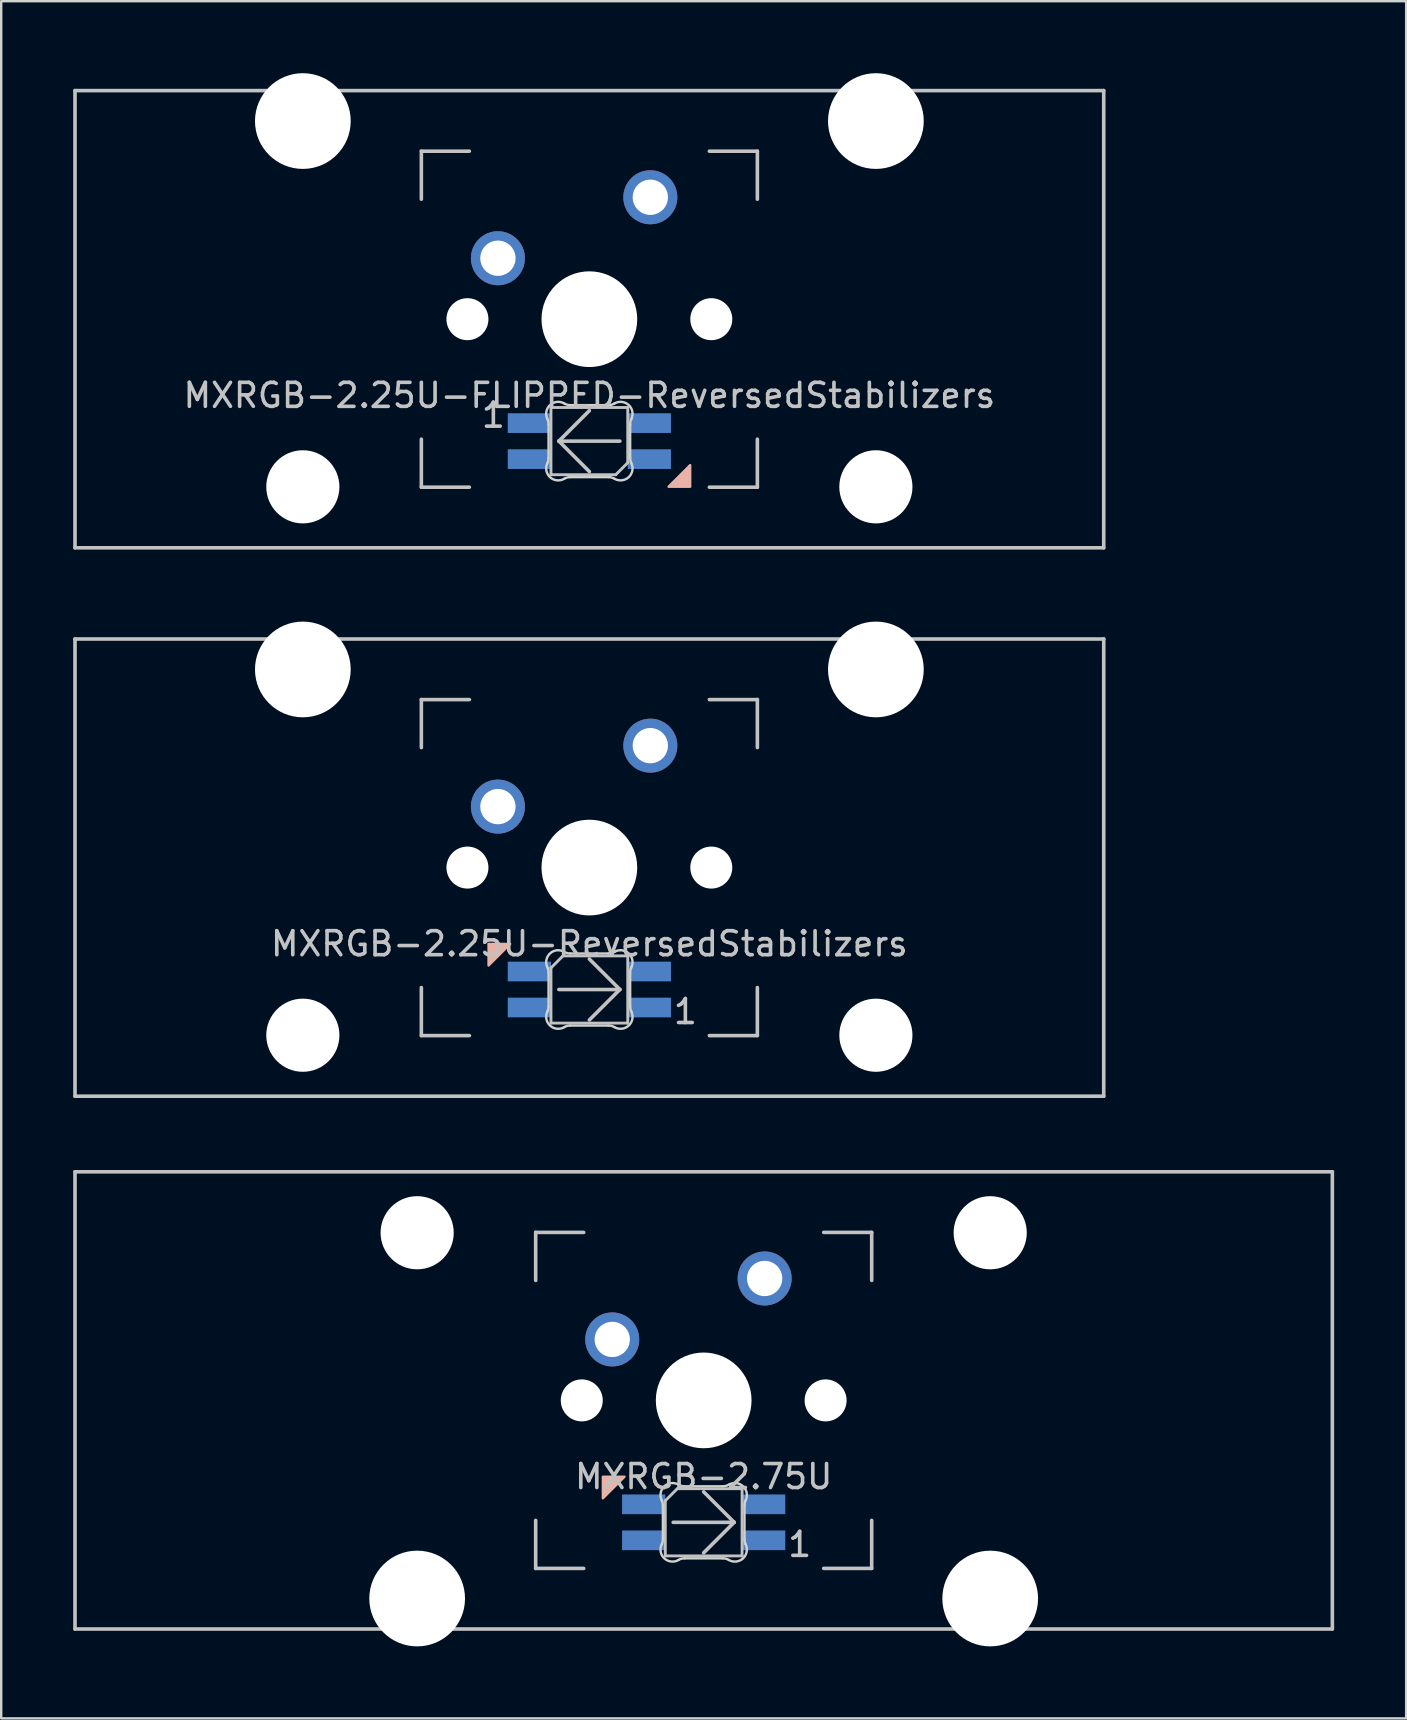
<source format=kicad_pcb>
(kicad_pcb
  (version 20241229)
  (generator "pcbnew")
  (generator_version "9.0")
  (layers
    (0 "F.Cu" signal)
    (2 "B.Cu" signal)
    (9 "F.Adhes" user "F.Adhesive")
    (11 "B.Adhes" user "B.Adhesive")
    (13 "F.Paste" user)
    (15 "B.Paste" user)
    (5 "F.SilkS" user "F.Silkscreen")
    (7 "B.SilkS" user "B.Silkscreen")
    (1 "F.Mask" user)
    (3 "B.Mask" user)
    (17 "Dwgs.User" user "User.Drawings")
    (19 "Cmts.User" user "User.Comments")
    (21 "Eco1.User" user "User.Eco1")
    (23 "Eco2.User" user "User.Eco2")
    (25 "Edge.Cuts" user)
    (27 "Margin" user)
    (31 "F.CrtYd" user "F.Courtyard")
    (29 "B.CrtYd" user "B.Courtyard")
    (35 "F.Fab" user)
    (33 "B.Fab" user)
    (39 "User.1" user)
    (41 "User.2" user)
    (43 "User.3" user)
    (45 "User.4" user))
  (footprint "MXRGB-2.75U"
    (layer "F.Cu")
    (at 26.269 55.298)
    (property "Reference" "MXRGB-2.75U" (at 0 3.175 0) (layer "Dwgs.User") (effects (font (size 1 1) (thickness 0.15))))
    (attr through_hole)
    (fp_poly (pts (xy -4.2 4.08) (xy -3.3 3.18) (xy -4.2 3.18)) (stroke (width 0.1) (type solid)) (fill yes) (layer "B.SilkS"))
    (fp_line (start -26.194 -9.525) (end 26.194 -9.525) (stroke (width 0.15) (type solid)) (layer "Dwgs.User"))
    (fp_line (start -26.194 9.525) (end -26.194 -9.525) (stroke (width 0.15) (type solid)) (layer "Dwgs.User"))
    (fp_line (start -26.194 9.525) (end 26.194 9.525) (stroke (width 0.15) (type solid)) (layer "Dwgs.User"))
    (fp_line (start -7 -7) (end -7 -5) (stroke (width 0.15) (type solid)) (layer "Dwgs.User"))
    (fp_line (start -7 5) (end -7 7) (stroke (width 0.15) (type solid)) (layer "Dwgs.User"))
    (fp_line (start -7 7) (end -5 7) (stroke (width 0.15) (type solid)) (layer "Dwgs.User"))
    (fp_line (start -5 -7) (end -7 -7) (stroke (width 0.15) (type solid)) (layer "Dwgs.User"))
    (fp_line (start -1.6 4.18) (end -1.6 6.48) (stroke (width 0.12) (type solid)) (layer "Dwgs.User"))
    (fp_line (start -1.6 4.18) (end -1.1 3.68) (stroke (width 0.12) (type solid)) (layer "Dwgs.User"))
    (fp_line (start -1.6 6.48) (end 1.6 6.48) (stroke (width 0.12) (type solid)) (layer "Dwgs.User"))
    (fp_line (start -1.27 5.08) (end 1.27 5.08) (stroke (width 0.15) (type solid)) (layer "Dwgs.User"))
    (fp_line (start 1.27 5.08) (end 0 3.81) (stroke (width 0.15) (type solid)) (layer "Dwgs.User"))
    (fp_line (start 1.27 5.08) (end 0 6.35) (stroke (width 0.15) (type solid)) (layer "Dwgs.User"))
    (fp_line (start 1.6 3.68) (end -1.1 3.68) (stroke (width 0.12) (type solid)) (layer "Dwgs.User"))
    (fp_line (start 1.6 6.48) (end 1.6 3.68) (stroke (width 0.12) (type solid)) (layer "Dwgs.User"))
    (fp_line (start 5 -7) (end 7 -7) (stroke (width 0.15) (type solid)) (layer "Dwgs.User"))
    (fp_line (start 5 7) (end 7 7) (stroke (width 0.15) (type solid)) (layer "Dwgs.User"))
    (fp_line (start 7 -7) (end 7 -5) (stroke (width 0.15) (type solid)) (layer "Dwgs.User"))
    (fp_line (start 7 7) (end 7 5) (stroke (width 0.15) (type solid)) (layer "Dwgs.User"))
    (fp_line (start 26.194 -9.525) (end 26.194 9.525) (stroke (width 0.15) (type solid)) (layer "Dwgs.User"))
    (fp_line (start -1.7 5.783) (end -1.7 4.377) (stroke (width 0.1) (type solid)) (layer "Edge.Cuts"))
    (fp_line (start -0.794 3.58) (end 0.794 3.58) (stroke (width 0.1) (type solid)) (layer "Edge.Cuts"))
    (fp_line (start 0.794 6.58) (end -0.794 6.58) (stroke (width 0.1) (type solid)) (layer "Edge.Cuts"))
    (fp_line (start 1.7 4.377) (end 1.7 5.783) (stroke (width 0.1) (type solid)) (layer "Edge.Cuts"))
    (fp_arc (start -1.749484 4.160281) (mid -1.712527 4.265933) (end -1.699999 4.377159) (stroke (width 0.1) (type solid)) (layer "Edge.Cuts"))
    (fp_arc (start -1.749484 4.160282) (mid -1.638072 3.575966) (end -1.046711 3.511702) (stroke (width 0.1) (type solid)) (layer "Edge.Cuts"))
    (fp_arc (start -1.699999 5.782844) (mid -1.712527 5.894069) (end -1.749484 5.999721) (stroke (width 0.1) (type solid)) (layer "Edge.Cuts"))
    (fp_arc (start -1.046711 6.648299) (mid -1.638071 6.584035) (end -1.749484 5.999721) (stroke (width 0.1) (type solid)) (layer "Edge.Cuts"))
    (fp_arc (start -1.046711 6.648299) (mid -0.925123 6.597377) (end -0.794453 6.58) (stroke (width 0.1) (type solid)) (layer "Edge.Cuts"))
    (fp_arc (start -0.794452 3.580001) (mid -0.925123 3.562624) (end -1.046711 3.511702) (stroke (width 0.1) (type solid)) (layer "Edge.Cuts"))
    (fp_arc (start 0.794453 6.580001) (mid 0.925123 6.597378) (end 1.046711 6.6483) (stroke (width 0.1) (type solid)) (layer "Edge.Cuts"))
    (fp_arc (start 1.04671 3.511702) (mid 0.925122 3.562624) (end 0.794452 3.580001) (stroke (width 0.1) (type solid)) (layer "Edge.Cuts"))
    (fp_arc (start 1.046711 3.511704) (mid 1.63807 3.575967) (end 1.749484 4.160281) (stroke (width 0.1) (type solid)) (layer "Edge.Cuts"))
    (fp_arc (start 1.699999 4.377158) (mid 1.712527 4.265933) (end 1.749484 4.160281) (stroke (width 0.1) (type solid)) (layer "Edge.Cuts"))
    (fp_arc (start 1.749484 5.999721) (mid 1.638071 6.584036) (end 1.046711 6.6483) (stroke (width 0.1) (type solid)) (layer "Edge.Cuts"))
    (fp_arc (start 1.749484 5.999721) (mid 1.712527 5.894069) (end 1.699999 5.782843) (stroke (width 0.1) (type solid)) (layer "Edge.Cuts"))
    (fp_text user "1" (at 4 6 0) (layer "Dwgs.User") (effects (font (size 1 1) (thickness 0.15))))
    (pad "" np_thru_hole circle (at -11.938 -6.985) (size 3.048 3.048) (drill 3.048) (layers "*.Cu" "*.Mask"))
    (pad "" np_thru_hole circle (at -11.938 8.255) (size 3.988 3.988) (drill 3.988) (layers "*.Cu" "*.Mask"))
    (pad "" np_thru_hole circle (at -5.08 0 48.1) (size 1.75 1.75) (drill 1.75) (layers "*.Cu" "*.Mask"))
    (pad "" np_thru_hole circle (at 0 0) (size 3.988 3.988) (drill 3.988) (layers "*.Cu" "*.Mask"))
    (pad "" np_thru_hole circle (at 5.08 0 48.1) (size 1.75 1.75) (drill 1.75) (layers "*.Cu" "*.Mask"))
    (pad "" np_thru_hole circle (at 11.938 -6.985) (size 3.048 3.048) (drill 3.048) (layers "*.Cu" "*.Mask"))
    (pad "" np_thru_hole circle (at 11.938 8.255) (size 3.988 3.988) (drill 3.988) (layers "*.Cu" "*.Mask"))
    (pad "1" thru_hole circle (at -3.81 -2.54) (size 2.25 2.25) (drill 1.47) (layers "*.Cu" "B.Mask"))
    (pad "2" thru_hole circle (at 2.54 -5.08) (size 2.25 2.25) (drill 1.47) (layers "*.Cu" "B.Mask"))
    (pad "3" smd rect (at 2.5 5.83) (size 1.8 0.82) (layers "B.Cu" "B.Mask" "B.Paste"))
    (pad "4" smd rect (at 2.5 4.33) (size 1.8 0.82) (layers "B.Cu" "B.Mask" "B.Paste"))
    (pad "5" smd rect (at -2.5 4.33) (size 1.8 0.82) (layers "B.Cu" "B.Mask" "B.Paste"))
    (pad "6" smd rect (at -2.5 5.83) (size 1.8 0.82) (layers "B.Cu" "B.Mask" "B.Paste")))
  (footprint "MXRGB-2.25U-FLIPPED-ReversedStabilizers"
    (layer "F.Cu")
    (at 21.506 10.249)
    (property "Reference" "MXRGB-2.25U-FLIPPED-ReversedStabilizers" (at 0 3.175 0) (layer "Dwgs.User") (effects (font (size 1 1) (thickness 0.15))))
    (attr through_hole)
    (fp_poly (pts (xy 4.2 6.08) (xy 3.3 6.98) (xy 4.2 6.98)) (stroke (width 0.1) (type solid)) (fill yes) (layer "B.SilkS"))
    (fp_line (start -21.431 -9.525) (end 21.431 -9.525) (stroke (width 0.15) (type solid)) (layer "Dwgs.User"))
    (fp_line (start -21.431 9.525) (end -21.431 -9.525) (stroke (width 0.15) (type solid)) (layer "Dwgs.User"))
    (fp_line (start -21.431 9.525) (end 21.431 9.525) (stroke (width 0.15) (type solid)) (layer "Dwgs.User"))
    (fp_line (start -7 -7) (end -7 -5) (stroke (width 0.15) (type solid)) (layer "Dwgs.User"))
    (fp_line (start -7 5) (end -7 7) (stroke (width 0.15) (type solid)) (layer "Dwgs.User"))
    (fp_line (start -7 7) (end -5 7) (stroke (width 0.15) (type solid)) (layer "Dwgs.User"))
    (fp_line (start -5 -7) (end -7 -7) (stroke (width 0.15) (type solid)) (layer "Dwgs.User"))
    (fp_line (start -1.6 3.68) (end -1.6 6.48) (stroke (width 0.12) (type solid)) (layer "Dwgs.User"))
    (fp_line (start -1.6 6.48) (end 1.1 6.48) (stroke (width 0.12) (type solid)) (layer "Dwgs.User"))
    (fp_line (start -1.27 5.08) (end 0 3.81) (stroke (width 0.15) (type solid)) (layer "Dwgs.User"))
    (fp_line (start -1.27 5.08) (end 0 6.35) (stroke (width 0.15) (type solid)) (layer "Dwgs.User"))
    (fp_line (start -1.27 5.08) (end 1.27 5.08) (stroke (width 0.15) (type solid)) (layer "Dwgs.User"))
    (fp_line (start 1.6 3.68) (end -1.6 3.68) (stroke (width 0.12) (type solid)) (layer "Dwgs.User"))
    (fp_line (start 1.6 5.98) (end 1.1 6.48) (stroke (width 0.12) (type solid)) (layer "Dwgs.User"))
    (fp_line (start 1.6 5.98) (end 1.6 3.68) (stroke (width 0.12) (type solid)) (layer "Dwgs.User"))
    (fp_line (start 5 -7) (end 7 -7) (stroke (width 0.15) (type solid)) (layer "Dwgs.User"))
    (fp_line (start 5 7) (end 7 7) (stroke (width 0.15) (type solid)) (layer "Dwgs.User"))
    (fp_line (start 7 -7) (end 7 -5) (stroke (width 0.15) (type solid)) (layer "Dwgs.User"))
    (fp_line (start 7 7) (end 7 5) (stroke (width 0.15) (type solid)) (layer "Dwgs.User"))
    (fp_line (start 21.431 -9.525) (end 21.431 9.525) (stroke (width 0.15) (type solid)) (layer "Dwgs.User"))
    (fp_line (start -1.7 5.783) (end -1.7 4.377) (stroke (width 0.1) (type solid)) (layer "Edge.Cuts"))
    (fp_line (start -0.794 3.58) (end 0.794 3.58) (stroke (width 0.1) (type solid)) (layer "Edge.Cuts"))
    (fp_line (start 0.794 6.58) (end -0.794 6.58) (stroke (width 0.1) (type solid)) (layer "Edge.Cuts"))
    (fp_line (start 1.7 4.377) (end 1.7 5.783) (stroke (width 0.1) (type solid)) (layer "Edge.Cuts"))
    (fp_arc (start -1.749484 4.160279) (mid -1.712527 4.265931) (end -1.699999 4.377157) (stroke (width 0.1) (type solid)) (layer "Edge.Cuts"))
    (fp_arc (start -1.749484 4.160279) (mid -1.638071 3.575964) (end -1.046711 3.5117) (stroke (width 0.1) (type solid)) (layer "Edge.Cuts"))
    (fp_arc (start -1.699999 5.782842) (mid -1.712527 5.894067) (end -1.749484 5.999719) (stroke (width 0.1) (type solid)) (layer "Edge.Cuts"))
    (fp_arc (start -1.046711 6.648296) (mid -1.63807 6.584033) (end -1.749484 5.999719) (stroke (width 0.1) (type solid)) (layer "Edge.Cuts"))
    (fp_arc (start -1.04671 6.648298) (mid -0.925122 6.597376) (end -0.794452 6.579999) (stroke (width 0.1) (type solid)) (layer "Edge.Cuts"))
    (fp_arc (start -0.794453 3.579999) (mid -0.925123 3.562622) (end -1.046711 3.5117) (stroke (width 0.1) (type solid)) (layer "Edge.Cuts"))
    (fp_arc (start 0.794452 6.579999) (mid 0.925123 6.597376) (end 1.046711 6.648298) (stroke (width 0.1) (type solid)) (layer "Edge.Cuts"))
    (fp_arc (start 1.046711 3.511701) (mid 0.925123 3.562623) (end 0.794453 3.58) (stroke (width 0.1) (type solid)) (layer "Edge.Cuts"))
    (fp_arc (start 1.046711 3.511701) (mid 1.638071 3.575965) (end 1.749484 4.160279) (stroke (width 0.1) (type solid)) (layer "Edge.Cuts"))
    (fp_arc (start 1.699999 4.377156) (mid 1.712527 4.265931) (end 1.749484 4.160279) (stroke (width 0.1) (type solid)) (layer "Edge.Cuts"))
    (fp_arc (start 1.749484 5.999718) (mid 1.638072 6.584034) (end 1.046711 6.648298) (stroke (width 0.1) (type solid)) (layer "Edge.Cuts"))
    (fp_arc (start 1.749484 5.999719) (mid 1.712527 5.894067) (end 1.699999 5.782841) (stroke (width 0.1) (type solid)) (layer "Edge.Cuts"))
    (fp_text user "1" (at -4 4 0) (layer "Dwgs.User") (effects (font (size 1 1) (thickness 0.15))))
    (pad "" np_thru_hole circle (at -11.938 -8.255) (size 3.988 3.988) (drill 3.988) (layers "*.Cu" "*.Mask"))
    (pad "" np_thru_hole circle (at -11.938 6.985) (size 3.048 3.048) (drill 3.048) (layers "*.Cu" "*.Mask"))
    (pad "" np_thru_hole circle (at -5.08 0 48.1) (size 1.75 1.75) (drill 1.75) (layers "*.Cu" "*.Mask"))
    (pad "" np_thru_hole circle (at 0 0) (size 3.988 3.988) (drill 3.988) (layers "*.Cu" "*.Mask"))
    (pad "" np_thru_hole circle (at 5.08 0 48.1) (size 1.75 1.75) (drill 1.75) (layers "*.Cu" "*.Mask"))
    (pad "" np_thru_hole circle (at 11.938 -8.255) (size 3.988 3.988) (drill 3.988) (layers "*.Cu" "*.Mask"))
    (pad "" np_thru_hole circle (at 11.938 6.985) (size 3.048 3.048) (drill 3.048) (layers "*.Cu" "*.Mask"))
    (pad "1" thru_hole circle (at -3.81 -2.54) (size 2.25 2.25) (drill 1.47) (layers "*.Cu" "B.Mask"))
    (pad "2" thru_hole circle (at 2.54 -5.08) (size 2.25 2.25) (drill 1.47) (layers "*.Cu" "B.Mask"))
    (pad "3" smd rect (at -2.5 4.33) (size 1.8 0.82) (layers "B.Cu" "B.Mask" "B.Paste"))
    (pad "4" smd rect (at -2.5 5.83) (size 1.8 0.82) (layers "B.Cu" "B.Mask" "B.Paste"))
    (pad "5" smd rect (at 2.5 5.83) (size 1.8 0.82) (layers "B.Cu" "B.Mask" "B.Paste"))
    (pad "6" smd rect (at 2.5 4.33) (size 1.8 0.82) (layers "B.Cu" "B.Mask" "B.Paste")))
  (footprint "MXRGB-2.25U-ReversedStabilizers"
    (layer "F.Cu")
    (at 21.506 33.098)
    (property "Reference" "MXRGB-2.25U-ReversedStabilizers" (at 0 3.175 0) (layer "Dwgs.User") (effects (font (size 1 1) (thickness 0.15))))
    (attr through_hole)
    (fp_poly (pts (xy -4.2 4.08) (xy -3.3 3.18) (xy -4.2 3.18)) (stroke (width 0.1) (type solid)) (fill yes) (layer "B.SilkS"))
    (fp_line (start -21.431 -9.525) (end 21.431 -9.525) (stroke (width 0.15) (type solid)) (layer "Dwgs.User"))
    (fp_line (start -21.431 9.525) (end -21.431 -9.525) (stroke (width 0.15) (type solid)) (layer "Dwgs.User"))
    (fp_line (start -21.431 9.525) (end 21.431 9.525) (stroke (width 0.15) (type solid)) (layer "Dwgs.User"))
    (fp_line (start -7 -7) (end -7 -5) (stroke (width 0.15) (type solid)) (layer "Dwgs.User"))
    (fp_line (start -7 5) (end -7 7) (stroke (width 0.15) (type solid)) (layer "Dwgs.User"))
    (fp_line (start -7 7) (end -5 7) (stroke (width 0.15) (type solid)) (layer "Dwgs.User"))
    (fp_line (start -5 -7) (end -7 -7) (stroke (width 0.15) (type solid)) (layer "Dwgs.User"))
    (fp_line (start -1.6 4.18) (end -1.6 6.48) (stroke (width 0.12) (type solid)) (layer "Dwgs.User"))
    (fp_line (start -1.6 4.18) (end -1.1 3.68) (stroke (width 0.12) (type solid)) (layer "Dwgs.User"))
    (fp_line (start -1.6 6.48) (end 1.6 6.48) (stroke (width 0.12) (type solid)) (layer "Dwgs.User"))
    (fp_line (start -1.27 5.08) (end 1.27 5.08) (stroke (width 0.15) (type solid)) (layer "Dwgs.User"))
    (fp_line (start 1.27 5.08) (end 0 3.81) (stroke (width 0.15) (type solid)) (layer "Dwgs.User"))
    (fp_line (start 1.27 5.08) (end 0 6.35) (stroke (width 0.15) (type solid)) (layer "Dwgs.User"))
    (fp_line (start 1.6 3.68) (end -1.1 3.68) (stroke (width 0.12) (type solid)) (layer "Dwgs.User"))
    (fp_line (start 1.6 6.48) (end 1.6 3.68) (stroke (width 0.12) (type solid)) (layer "Dwgs.User"))
    (fp_line (start 5 -7) (end 7 -7) (stroke (width 0.15) (type solid)) (layer "Dwgs.User"))
    (fp_line (start 5 7) (end 7 7) (stroke (width 0.15) (type solid)) (layer "Dwgs.User"))
    (fp_line (start 7 -7) (end 7 -5) (stroke (width 0.15) (type solid)) (layer "Dwgs.User"))
    (fp_line (start 7 7) (end 7 5) (stroke (width 0.15) (type solid)) (layer "Dwgs.User"))
    (fp_line (start 21.431 -9.525) (end 21.431 9.525) (stroke (width 0.15) (type solid)) (layer "Dwgs.User"))
    (fp_line (start -1.7 5.783) (end -1.7 4.377) (stroke (width 0.1) (type solid)) (layer "Edge.Cuts"))
    (fp_line (start -0.794 3.58) (end 0.794 3.58) (stroke (width 0.1) (type solid)) (layer "Edge.Cuts"))
    (fp_line (start 0.794 6.58) (end -0.794 6.58) (stroke (width 0.1) (type solid)) (layer "Edge.Cuts"))
    (fp_line (start 1.7 4.377) (end 1.7 5.783) (stroke (width 0.1) (type solid)) (layer "Edge.Cuts"))
    (fp_arc (start -1.749484 4.160281) (mid -1.712527 4.265933) (end -1.699999 4.377159) (stroke (width 0.1) (type solid)) (layer "Edge.Cuts"))
    (fp_arc (start -1.749484 4.160282) (mid -1.638072 3.575966) (end -1.046711 3.511702) (stroke (width 0.1) (type solid)) (layer "Edge.Cuts"))
    (fp_arc (start -1.699999 5.782844) (mid -1.712527 5.894069) (end -1.749484 5.999721) (stroke (width 0.1) (type solid)) (layer "Edge.Cuts"))
    (fp_arc (start -1.046711 6.648299) (mid -1.638071 6.584035) (end -1.749484 5.999721) (stroke (width 0.1) (type solid)) (layer "Edge.Cuts"))
    (fp_arc (start -1.046711 6.648299) (mid -0.925123 6.597377) (end -0.794453 6.58) (stroke (width 0.1) (type solid)) (layer "Edge.Cuts"))
    (fp_arc (start -0.794452 3.580001) (mid -0.925123 3.562624) (end -1.046711 3.511702) (stroke (width 0.1) (type solid)) (layer "Edge.Cuts"))
    (fp_arc (start 0.794453 6.580001) (mid 0.925123 6.597378) (end 1.046711 6.6483) (stroke (width 0.1) (type solid)) (layer "Edge.Cuts"))
    (fp_arc (start 1.04671 3.511702) (mid 0.925122 3.562624) (end 0.794452 3.580001) (stroke (width 0.1) (type solid)) (layer "Edge.Cuts"))
    (fp_arc (start 1.046711 3.511704) (mid 1.63807 3.575967) (end 1.749484 4.160281) (stroke (width 0.1) (type solid)) (layer "Edge.Cuts"))
    (fp_arc (start 1.699999 4.377158) (mid 1.712527 4.265933) (end 1.749484 4.160281) (stroke (width 0.1) (type solid)) (layer "Edge.Cuts"))
    (fp_arc (start 1.749484 5.999721) (mid 1.638071 6.584036) (end 1.046711 6.6483) (stroke (width 0.1) (type solid)) (layer "Edge.Cuts"))
    (fp_arc (start 1.749484 5.999721) (mid 1.712527 5.894069) (end 1.699999 5.782843) (stroke (width 0.1) (type solid)) (layer "Edge.Cuts"))
    (fp_text user "1" (at 4 6 0) (layer "Dwgs.User") (effects (font (size 1 1) (thickness 0.15))))
    (pad "" np_thru_hole circle (at -11.938 -8.255) (size 3.988 3.988) (drill 3.988) (layers "*.Cu" "*.Mask"))
    (pad "" np_thru_hole circle (at -11.938 6.985) (size 3.048 3.048) (drill 3.048) (layers "*.Cu" "*.Mask"))
    (pad "" np_thru_hole circle (at -5.08 0 48.1) (size 1.75 1.75) (drill 1.75) (layers "*.Cu" "*.Mask"))
    (pad "" np_thru_hole circle (at 0 0) (size 3.988 3.988) (drill 3.988) (layers "*.Cu" "*.Mask"))
    (pad "" np_thru_hole circle (at 5.08 0 48.1) (size 1.75 1.75) (drill 1.75) (layers "*.Cu" "*.Mask"))
    (pad "" np_thru_hole circle (at 11.938 -8.255) (size 3.988 3.988) (drill 3.988) (layers "*.Cu" "*.Mask"))
    (pad "" np_thru_hole circle (at 11.938 6.985) (size 3.048 3.048) (drill 3.048) (layers "*.Cu" "*.Mask"))
    (pad "1" thru_hole circle (at -3.81 -2.54) (size 2.25 2.25) (drill 1.47) (layers "*.Cu" "B.Mask"))
    (pad "2" thru_hole circle (at 2.54 -5.08) (size 2.25 2.25) (drill 1.47) (layers "*.Cu" "B.Mask"))
    (pad "3" smd rect (at 2.5 5.83) (size 1.8 0.82) (layers "B.Cu" "B.Mask" "B.Paste"))
    (pad "4" smd rect (at 2.5 4.33) (size 1.8 0.82) (layers "B.Cu" "B.Mask" "B.Paste"))
    (pad "5" smd rect (at -2.5 4.33) (size 1.8 0.82) (layers "B.Cu" "B.Mask" "B.Paste"))
    (pad "6" smd rect (at -2.5 5.83) (size 1.8 0.82) (layers "B.Cu" "B.Mask" "B.Paste")))
  (gr_rect
    (start -3 -3)
    (end 55.538 68.547)
    (stroke (width 0.1) (type default))
    (fill no)
    (layer "Edge.Cuts")))
</source>
